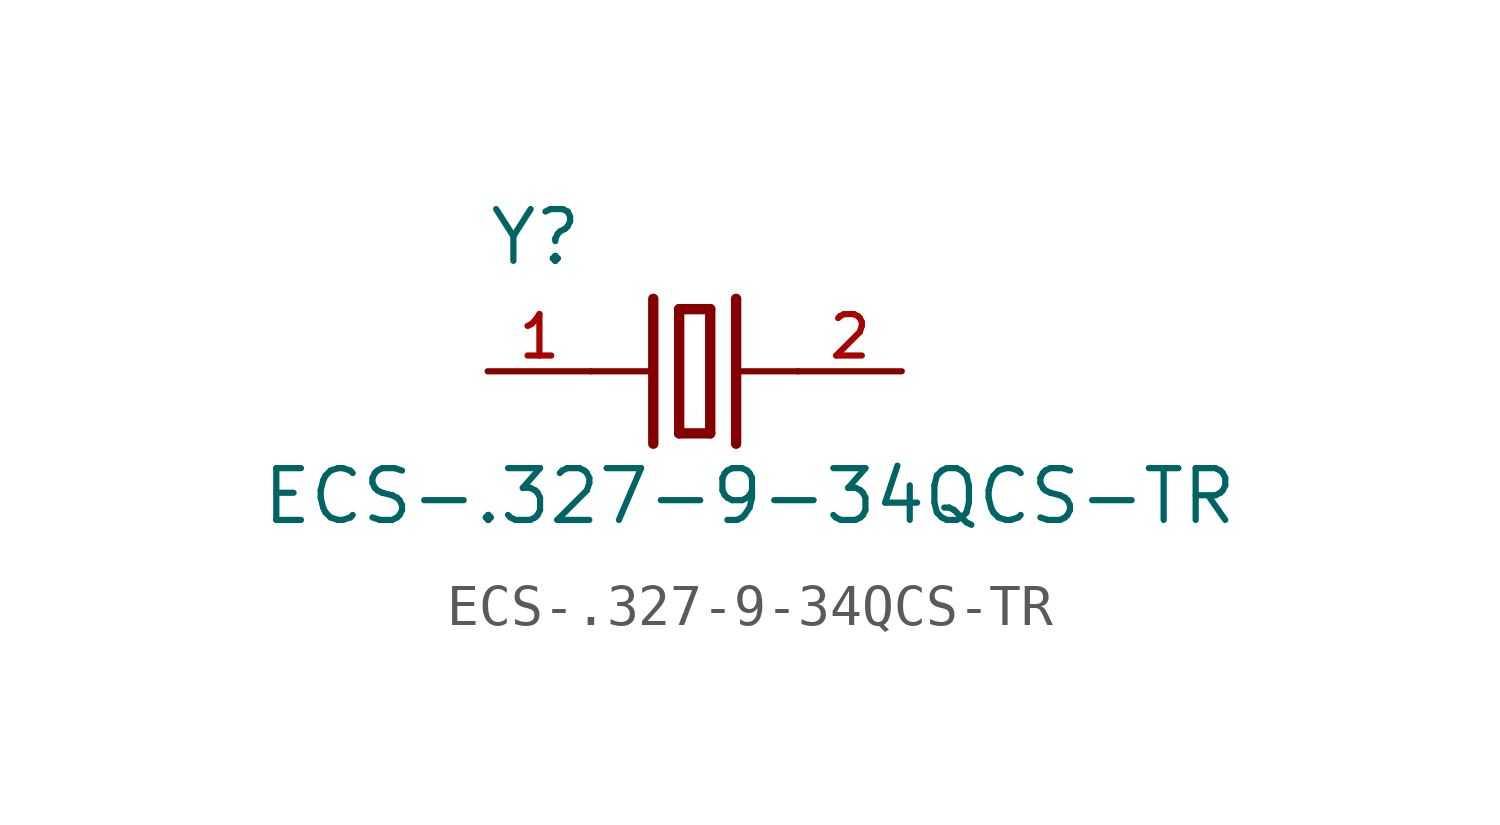
<source format=kicad_sym>
(kicad_symbol_lib
  (version 20231120)
  (generator "kicad_symbol_editor")
  (generator_version "8.0")
  (symbol "ECS-.327-9-34QCS-TR"
    (pin_names
      (offset 1.016))
    (property "Reference" "Y"
      (at -5.093 2.546 0)
      (effects (font (size 1.27 1.27)) (justify left bottom)))
    (property "Value" "ECS-.327-9-34QCS-TR"
      (at -10.668 -3.81 0)
      (effects (font (size 1.27 1.27)) (justify left bottom)))
    (symbol "ECS-.327-9-34QCS-TR_0_0"
      (polyline (pts (xy -2.54 0) (xy -1.016 0)) (stroke (width 0.152) (type default)) (fill (type none)))
      (polyline (pts (xy -1.016 1.778) (xy -1.016 -1.778)) (stroke (width 0.254) (type default)) (fill (type none)))
      (polyline (pts (xy -0.381 -1.524) (xy 0.381 -1.524)) (stroke (width 0.254) (type default)) (fill (type none)))
      (polyline (pts (xy -0.381 1.524) (xy -0.381 -1.524)) (stroke (width 0.254) (type default)) (fill (type none)))
      (polyline (pts (xy 0.381 -1.524) (xy 0.381 1.524)) (stroke (width 0.254) (type default)) (fill (type none)))
      (polyline (pts (xy 0.381 1.524) (xy -0.381 1.524)) (stroke (width 0.254) (type default)) (fill (type none)))
      (polyline (pts (xy 1.016 0) (xy 2.54 0)) (stroke (width 0.152) (type default)) (fill (type none)))
      (polyline (pts (xy 1.016 1.778) (xy 1.016 -1.778)) (stroke (width 0.254) (type default)) (fill (type none)))
      (pin passive line (at -5.08 0 0) (length 2.54) (name "~" (effects (font (size 1.016 1.016)))) (number "1" (effects (font (size 1.016 1.016)))))
      (pin passive line (at 5.08 0 180) (length 2.54) (name "~" (effects (font (size 1.016 1.016)))) (number "2" (effects (font (size 1.016 1.016))))))))
</source>
